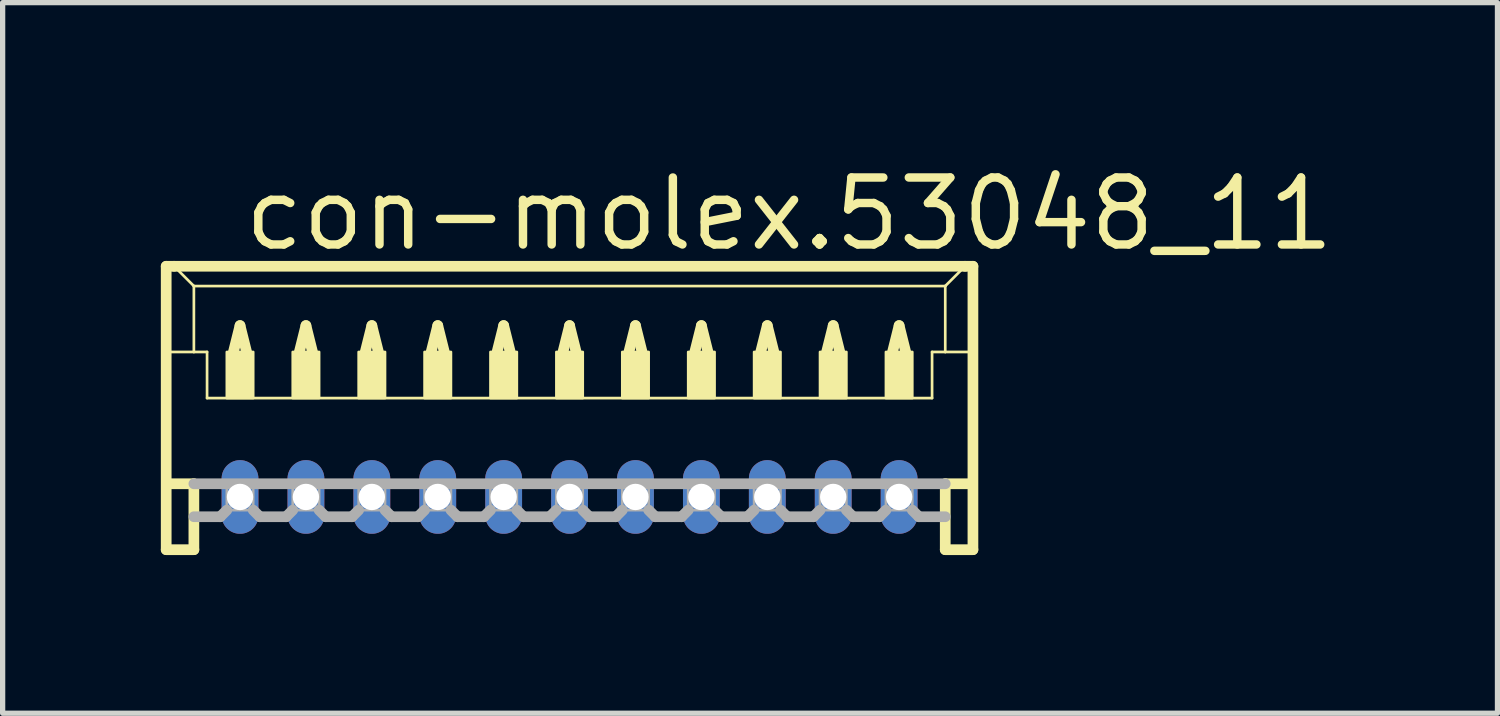
<source format=kicad_pcb>
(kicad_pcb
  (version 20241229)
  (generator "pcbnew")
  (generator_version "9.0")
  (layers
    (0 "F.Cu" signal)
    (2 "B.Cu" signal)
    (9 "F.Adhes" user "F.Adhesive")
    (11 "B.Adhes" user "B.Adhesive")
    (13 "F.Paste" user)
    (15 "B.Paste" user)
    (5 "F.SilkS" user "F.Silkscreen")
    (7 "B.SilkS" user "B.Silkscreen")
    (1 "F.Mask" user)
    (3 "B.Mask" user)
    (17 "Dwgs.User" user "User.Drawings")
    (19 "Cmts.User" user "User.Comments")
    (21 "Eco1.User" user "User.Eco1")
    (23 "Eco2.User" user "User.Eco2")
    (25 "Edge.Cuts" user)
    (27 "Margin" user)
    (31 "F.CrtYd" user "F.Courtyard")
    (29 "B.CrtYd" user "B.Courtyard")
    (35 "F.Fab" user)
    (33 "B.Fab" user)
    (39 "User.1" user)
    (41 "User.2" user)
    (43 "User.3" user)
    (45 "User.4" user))
  (footprint "con-molex.53048_11"
    (layer "F.Cu")
    (at 7.752 5.125)
    (property "Reference" "con-molex.53048_11" (at -6.25 -3.375 0) (layer "F.SilkS") (effects (font (size 1.27 1.27) (thickness 0.16)) (justify left bottom)))
    (attr through_hole)
    (fp_line (start -7.65 -3.125) (end -7.65 2.25) (stroke (width 0.203) (type default)) (layer "F.SilkS"))
    (fp_line (start -7.65 2.25) (end -7.125 2.25) (stroke (width 0.203) (type default)) (layer "F.SilkS"))
    (fp_line (start -7.625 -1.5) (end -7.125 -1.5) (stroke (width 0.051) (type default)) (layer "F.SilkS"))
    (fp_line (start -7.625 1) (end -7.125 1) (stroke (width 0.203) (type default)) (layer "F.SilkS"))
    (fp_line (start -7.5 -3.125) (end -7.65 -3.125) (stroke (width 0.203) (type default)) (layer "F.SilkS"))
    (fp_line (start -7.125 -2.75) (end -7.5 -3.125) (stroke (width 0.051) (type default)) (layer "F.SilkS"))
    (fp_line (start -7.125 -2.75) (end 7.125 -2.75) (stroke (width 0.051) (type default)) (layer "F.SilkS"))
    (fp_line (start -7.125 -1.5) (end -7.125 -2.75) (stroke (width 0.051) (type default)) (layer "F.SilkS"))
    (fp_line (start -7.125 -1.5) (end -6.875 -1.5) (stroke (width 0.051) (type default)) (layer "F.SilkS"))
    (fp_line (start -7.125 1) (end -7.125 2.25) (stroke (width 0.203) (type default)) (layer "F.SilkS"))
    (fp_line (start -6.875 -1.5) (end -6.875 -0.625) (stroke (width 0.051) (type default)) (layer "F.SilkS"))
    (fp_line (start -6.875 -0.625) (end 6.875 -0.625) (stroke (width 0.051) (type default)) (layer "F.SilkS"))
    (fp_line (start -6.375 -1.5) (end -6.25 -2) (stroke (width 0.203) (type default)) (layer "F.SilkS"))
    (fp_line (start -6.25 -2) (end -6.125 -1.5) (stroke (width 0.203) (type default)) (layer "F.SilkS"))
    (fp_line (start -5.125 -1.5) (end -5 -2) (stroke (width 0.203) (type default)) (layer "F.SilkS"))
    (fp_line (start -5 -2) (end -4.875 -1.5) (stroke (width 0.203) (type default)) (layer "F.SilkS"))
    (fp_line (start -3.875 -1.5) (end -3.75 -2) (stroke (width 0.203) (type default)) (layer "F.SilkS"))
    (fp_line (start -3.75 -2) (end -3.625 -1.5) (stroke (width 0.203) (type default)) (layer "F.SilkS"))
    (fp_line (start -2.625 -1.5) (end -2.5 -2) (stroke (width 0.203) (type default)) (layer "F.SilkS"))
    (fp_line (start -2.5 -2) (end -2.375 -1.5) (stroke (width 0.203) (type default)) (layer "F.SilkS"))
    (fp_line (start -1.375 -1.5) (end -1.25 -2) (stroke (width 0.203) (type default)) (layer "F.SilkS"))
    (fp_line (start -1.25 -2) (end -1.125 -1.5) (stroke (width 0.203) (type default)) (layer "F.SilkS"))
    (fp_line (start -0.125 -1.5) (end 0 -2) (stroke (width 0.203) (type default)) (layer "F.SilkS"))
    (fp_line (start 0 -2) (end 0.125 -1.5) (stroke (width 0.203) (type default)) (layer "F.SilkS"))
    (fp_line (start 1.125 -1.5) (end 1.25 -2) (stroke (width 0.203) (type default)) (layer "F.SilkS"))
    (fp_line (start 1.25 -2) (end 1.375 -1.5) (stroke (width 0.203) (type default)) (layer "F.SilkS"))
    (fp_line (start 2.375 -1.5) (end 2.5 -2) (stroke (width 0.203) (type default)) (layer "F.SilkS"))
    (fp_line (start 2.5 -2) (end 2.625 -1.5) (stroke (width 0.203) (type default)) (layer "F.SilkS"))
    (fp_line (start 3.625 -1.5) (end 3.75 -2) (stroke (width 0.203) (type default)) (layer "F.SilkS"))
    (fp_line (start 3.75 -2) (end 3.875 -1.5) (stroke (width 0.203) (type default)) (layer "F.SilkS"))
    (fp_line (start 4.875 -1.5) (end 5 -2) (stroke (width 0.203) (type default)) (layer "F.SilkS"))
    (fp_line (start 5 -2) (end 5.125 -1.5) (stroke (width 0.203) (type default)) (layer "F.SilkS"))
    (fp_line (start 6.125 -1.5) (end 6.25 -2) (stroke (width 0.203) (type default)) (layer "F.SilkS"))
    (fp_line (start 6.25 -2) (end 6.375 -1.5) (stroke (width 0.203) (type default)) (layer "F.SilkS"))
    (fp_line (start 6.875 -1.5) (end 6.875 -0.625) (stroke (width 0.051) (type default)) (layer "F.SilkS"))
    (fp_line (start 6.875 -1.5) (end 7.125 -1.5) (stroke (width 0.051) (type default)) (layer "F.SilkS"))
    (fp_line (start 7.125 -2.75) (end 7.125 -1.5) (stroke (width 0.051) (type default)) (layer "F.SilkS"))
    (fp_line (start 7.125 -2.75) (end 7.5 -3.125) (stroke (width 0.051) (type default)) (layer "F.SilkS"))
    (fp_line (start 7.125 -1.5) (end 7.625 -1.5) (stroke (width 0.051) (type default)) (layer "F.SilkS"))
    (fp_line (start 7.125 1) (end 7.125 2.25) (stroke (width 0.203) (type default)) (layer "F.SilkS"))
    (fp_line (start 7.125 1) (end 7.625 1) (stroke (width 0.203) (type default)) (layer "F.SilkS"))
    (fp_line (start 7.125 2.25) (end 7.65 2.25) (stroke (width 0.203) (type default)) (layer "F.SilkS"))
    (fp_line (start 7.5 -3.125) (end -7.5 -3.125) (stroke (width 0.203) (type default)) (layer "F.SilkS"))
    (fp_line (start 7.65 -3.125) (end 7.5 -3.125) (stroke (width 0.203) (type default)) (layer "F.SilkS"))
    (fp_line (start 7.65 2.25) (end 7.65 -3.125) (stroke (width 0.203) (type default)) (layer "F.SilkS"))
    (fp_rect (start -6.5 -0.625) (end -6 -1.5) (stroke (width 0.05) (type default)) (fill yes) (layer "F.SilkS"))
    (fp_rect (start -5.25 -0.625) (end -4.75 -1.5) (stroke (width 0.05) (type default)) (fill yes) (layer "F.SilkS"))
    (fp_rect (start -4 -0.625) (end -3.5 -1.5) (stroke (width 0.05) (type default)) (fill yes) (layer "F.SilkS"))
    (fp_rect (start -2.75 -0.625) (end -2.25 -1.5) (stroke (width 0.05) (type default)) (fill yes) (layer "F.SilkS"))
    (fp_rect (start -1.5 -0.625) (end -1 -1.5) (stroke (width 0.05) (type default)) (fill yes) (layer "F.SilkS"))
    (fp_rect (start -0.25 -0.625) (end 0.25 -1.5) (stroke (width 0.05) (type default)) (fill yes) (layer "F.SilkS"))
    (fp_rect (start 1 -0.625) (end 1.5 -1.5) (stroke (width 0.05) (type default)) (fill yes) (layer "F.SilkS"))
    (fp_rect (start 2.25 -0.625) (end 2.75 -1.5) (stroke (width 0.05) (type default)) (fill yes) (layer "F.SilkS"))
    (fp_rect (start 3.5 -0.625) (end 4 -1.5) (stroke (width 0.05) (type default)) (fill yes) (layer "F.SilkS"))
    (fp_rect (start 4.75 -0.625) (end 5.25 -1.5) (stroke (width 0.05) (type default)) (fill yes) (layer "F.SilkS"))
    (fp_rect (start 6 -0.625) (end 6.5 -1.5) (stroke (width 0.05) (type default)) (fill yes) (layer "F.SilkS"))
    (fp_line (start -7.125 1) (end 7.125 1) (stroke (width 0.203) (type default)) (layer "F.Fab"))
    (fp_line (start -6.625 1.625) (end -7.125 1.625) (stroke (width 0.203) (type default)) (layer "F.Fab"))
    (fp_line (start -6.5 1.5) (end -6.625 1.625) (stroke (width 0.203) (type default)) (layer "F.Fab"))
    (fp_line (start -6 1.5) (end -5.875 1.625) (stroke (width 0.203) (type default)) (layer "F.Fab"))
    (fp_line (start -5.375 1.625) (end -5.875 1.625) (stroke (width 0.203) (type default)) (layer "F.Fab"))
    (fp_line (start -5.25 1.5) (end -5.375 1.625) (stroke (width 0.203) (type default)) (layer "F.Fab"))
    (fp_line (start -4.75 1.5) (end -4.625 1.625) (stroke (width 0.203) (type default)) (layer "F.Fab"))
    (fp_line (start -4.125 1.625) (end -4.625 1.625) (stroke (width 0.203) (type default)) (layer "F.Fab"))
    (fp_line (start -4 1.5) (end -4.125 1.625) (stroke (width 0.203) (type default)) (layer "F.Fab"))
    (fp_line (start -3.5 1.5) (end -3.375 1.625) (stroke (width 0.203) (type default)) (layer "F.Fab"))
    (fp_line (start -2.875 1.625) (end -3.375 1.625) (stroke (width 0.203) (type default)) (layer "F.Fab"))
    (fp_line (start -2.75 1.5) (end -2.875 1.625) (stroke (width 0.203) (type default)) (layer "F.Fab"))
    (fp_line (start -2.25 1.5) (end -2.125 1.625) (stroke (width 0.203) (type default)) (layer "F.Fab"))
    (fp_line (start -1.625 1.625) (end -2.125 1.625) (stroke (width 0.203) (type default)) (layer "F.Fab"))
    (fp_line (start -1.5 1.5) (end -1.625 1.625) (stroke (width 0.203) (type default)) (layer "F.Fab"))
    (fp_line (start -1 1.5) (end -0.875 1.625) (stroke (width 0.203) (type default)) (layer "F.Fab"))
    (fp_line (start -0.375 1.625) (end -0.875 1.625) (stroke (width 0.203) (type default)) (layer "F.Fab"))
    (fp_line (start -0.25 1.5) (end -0.375 1.625) (stroke (width 0.203) (type default)) (layer "F.Fab"))
    (fp_line (start 0.25 1.5) (end 0.375 1.625) (stroke (width 0.203) (type default)) (layer "F.Fab"))
    (fp_line (start 0.875 1.625) (end 0.375 1.625) (stroke (width 0.203) (type default)) (layer "F.Fab"))
    (fp_line (start 1 1.5) (end 0.875 1.625) (stroke (width 0.203) (type default)) (layer "F.Fab"))
    (fp_line (start 1.5 1.5) (end 1.625 1.625) (stroke (width 0.203) (type default)) (layer "F.Fab"))
    (fp_line (start 2.125 1.625) (end 1.625 1.625) (stroke (width 0.203) (type default)) (layer "F.Fab"))
    (fp_line (start 2.25 1.5) (end 2.125 1.625) (stroke (width 0.203) (type default)) (layer "F.Fab"))
    (fp_line (start 2.75 1.5) (end 2.875 1.625) (stroke (width 0.203) (type default)) (layer "F.Fab"))
    (fp_line (start 3.375 1.625) (end 2.875 1.625) (stroke (width 0.203) (type default)) (layer "F.Fab"))
    (fp_line (start 3.5 1.5) (end 3.375 1.625) (stroke (width 0.203) (type default)) (layer "F.Fab"))
    (fp_line (start 4 1.5) (end 4.125 1.625) (stroke (width 0.203) (type default)) (layer "F.Fab"))
    (fp_line (start 4.625 1.625) (end 4.125 1.625) (stroke (width 0.203) (type default)) (layer "F.Fab"))
    (fp_line (start 4.75 1.5) (end 4.625 1.625) (stroke (width 0.203) (type default)) (layer "F.Fab"))
    (fp_line (start 5.25 1.5) (end 5.375 1.625) (stroke (width 0.203) (type default)) (layer "F.Fab"))
    (fp_line (start 5.875 1.625) (end 5.375 1.625) (stroke (width 0.203) (type default)) (layer "F.Fab"))
    (fp_line (start 6 1.5) (end 5.875 1.625) (stroke (width 0.203) (type default)) (layer "F.Fab"))
    (fp_line (start 6.5 1.5) (end 6.625 1.625) (stroke (width 0.203) (type default)) (layer "F.Fab"))
    (fp_line (start 7.125 1.625) (end 6.625 1.625) (stroke (width 0.203) (type default)) (layer "F.Fab"))
    (fp_rect (start -6.5 1.5) (end -6 1) (stroke (width 0.05) (type default)) (fill no) (layer "F.Fab"))
    (fp_rect (start -5.25 1.5) (end -4.75 1) (stroke (width 0.05) (type default)) (fill no) (layer "F.Fab"))
    (fp_rect (start -4 1.5) (end -3.5 1) (stroke (width 0.05) (type default)) (fill no) (layer "F.Fab"))
    (fp_rect (start -2.75 1.5) (end -2.25 1) (stroke (width 0.05) (type default)) (fill no) (layer "F.Fab"))
    (fp_rect (start -1.5 1.5) (end -1 1) (stroke (width 0.05) (type default)) (fill no) (layer "F.Fab"))
    (fp_rect (start -0.25 1.5) (end 0.25 1) (stroke (width 0.05) (type default)) (fill no) (layer "F.Fab"))
    (fp_rect (start 1 1.5) (end 1.5 1) (stroke (width 0.05) (type default)) (fill no) (layer "F.Fab"))
    (fp_rect (start 2.25 1.5) (end 2.75 1) (stroke (width 0.05) (type default)) (fill no) (layer "F.Fab"))
    (fp_rect (start 3.5 1.5) (end 4 1) (stroke (width 0.05) (type default)) (fill no) (layer "F.Fab"))
    (fp_rect (start 4.75 1.5) (end 5.25 1) (stroke (width 0.05) (type default)) (fill no) (layer "F.Fab"))
    (fp_rect (start 6 1.5) (end 6.5 1) (stroke (width 0.05) (type default)) (fill no) (layer "F.Fab"))
    (pad "1" thru_hole oval (at 6.25 1.25 90) (size 1.397 0.698) (drill 0.5) (layers "*.Cu" "*.Mask"))
    (pad "2" thru_hole oval (at 5 1.25 90) (size 1.397 0.698) (drill 0.5) (layers "*.Cu" "*.Mask"))
    (pad "3" thru_hole oval (at 3.75 1.25 90) (size 1.397 0.698) (drill 0.5) (layers "*.Cu" "*.Mask"))
    (pad "4" thru_hole oval (at 2.5 1.25 90) (size 1.397 0.698) (drill 0.5) (layers "*.Cu" "*.Mask"))
    (pad "5" thru_hole oval (at 1.25 1.25 90) (size 1.397 0.698) (drill 0.5) (layers "*.Cu" "*.Mask"))
    (pad "6" thru_hole oval (at 0 1.25 90) (size 1.397 0.698) (drill 0.5) (layers "*.Cu" "*.Mask"))
    (pad "7" thru_hole oval (at -1.25 1.25 90) (size 1.397 0.698) (drill 0.5) (layers "*.Cu" "*.Mask"))
    (pad "8" thru_hole oval (at -2.5 1.25 90) (size 1.397 0.698) (drill 0.5) (layers "*.Cu" "*.Mask"))
    (pad "9" thru_hole oval (at -3.75 1.25 90) (size 1.397 0.698) (drill 0.5) (layers "*.Cu" "*.Mask"))
    (pad "10" thru_hole oval (at -5 1.25 90) (size 1.397 0.698) (drill 0.5) (layers "*.Cu" "*.Mask"))
    (pad "11" thru_hole oval (at -6.25 1.25 90) (size 1.397 0.698) (drill 0.5) (layers "*.Cu" "*.Mask")))
  (gr_rect
    (start -3 -3)
    (end 25.35 10.477)
    (stroke (width 0.1) (type default))
    (fill no)
    (layer "Edge.Cuts")))
</source>
